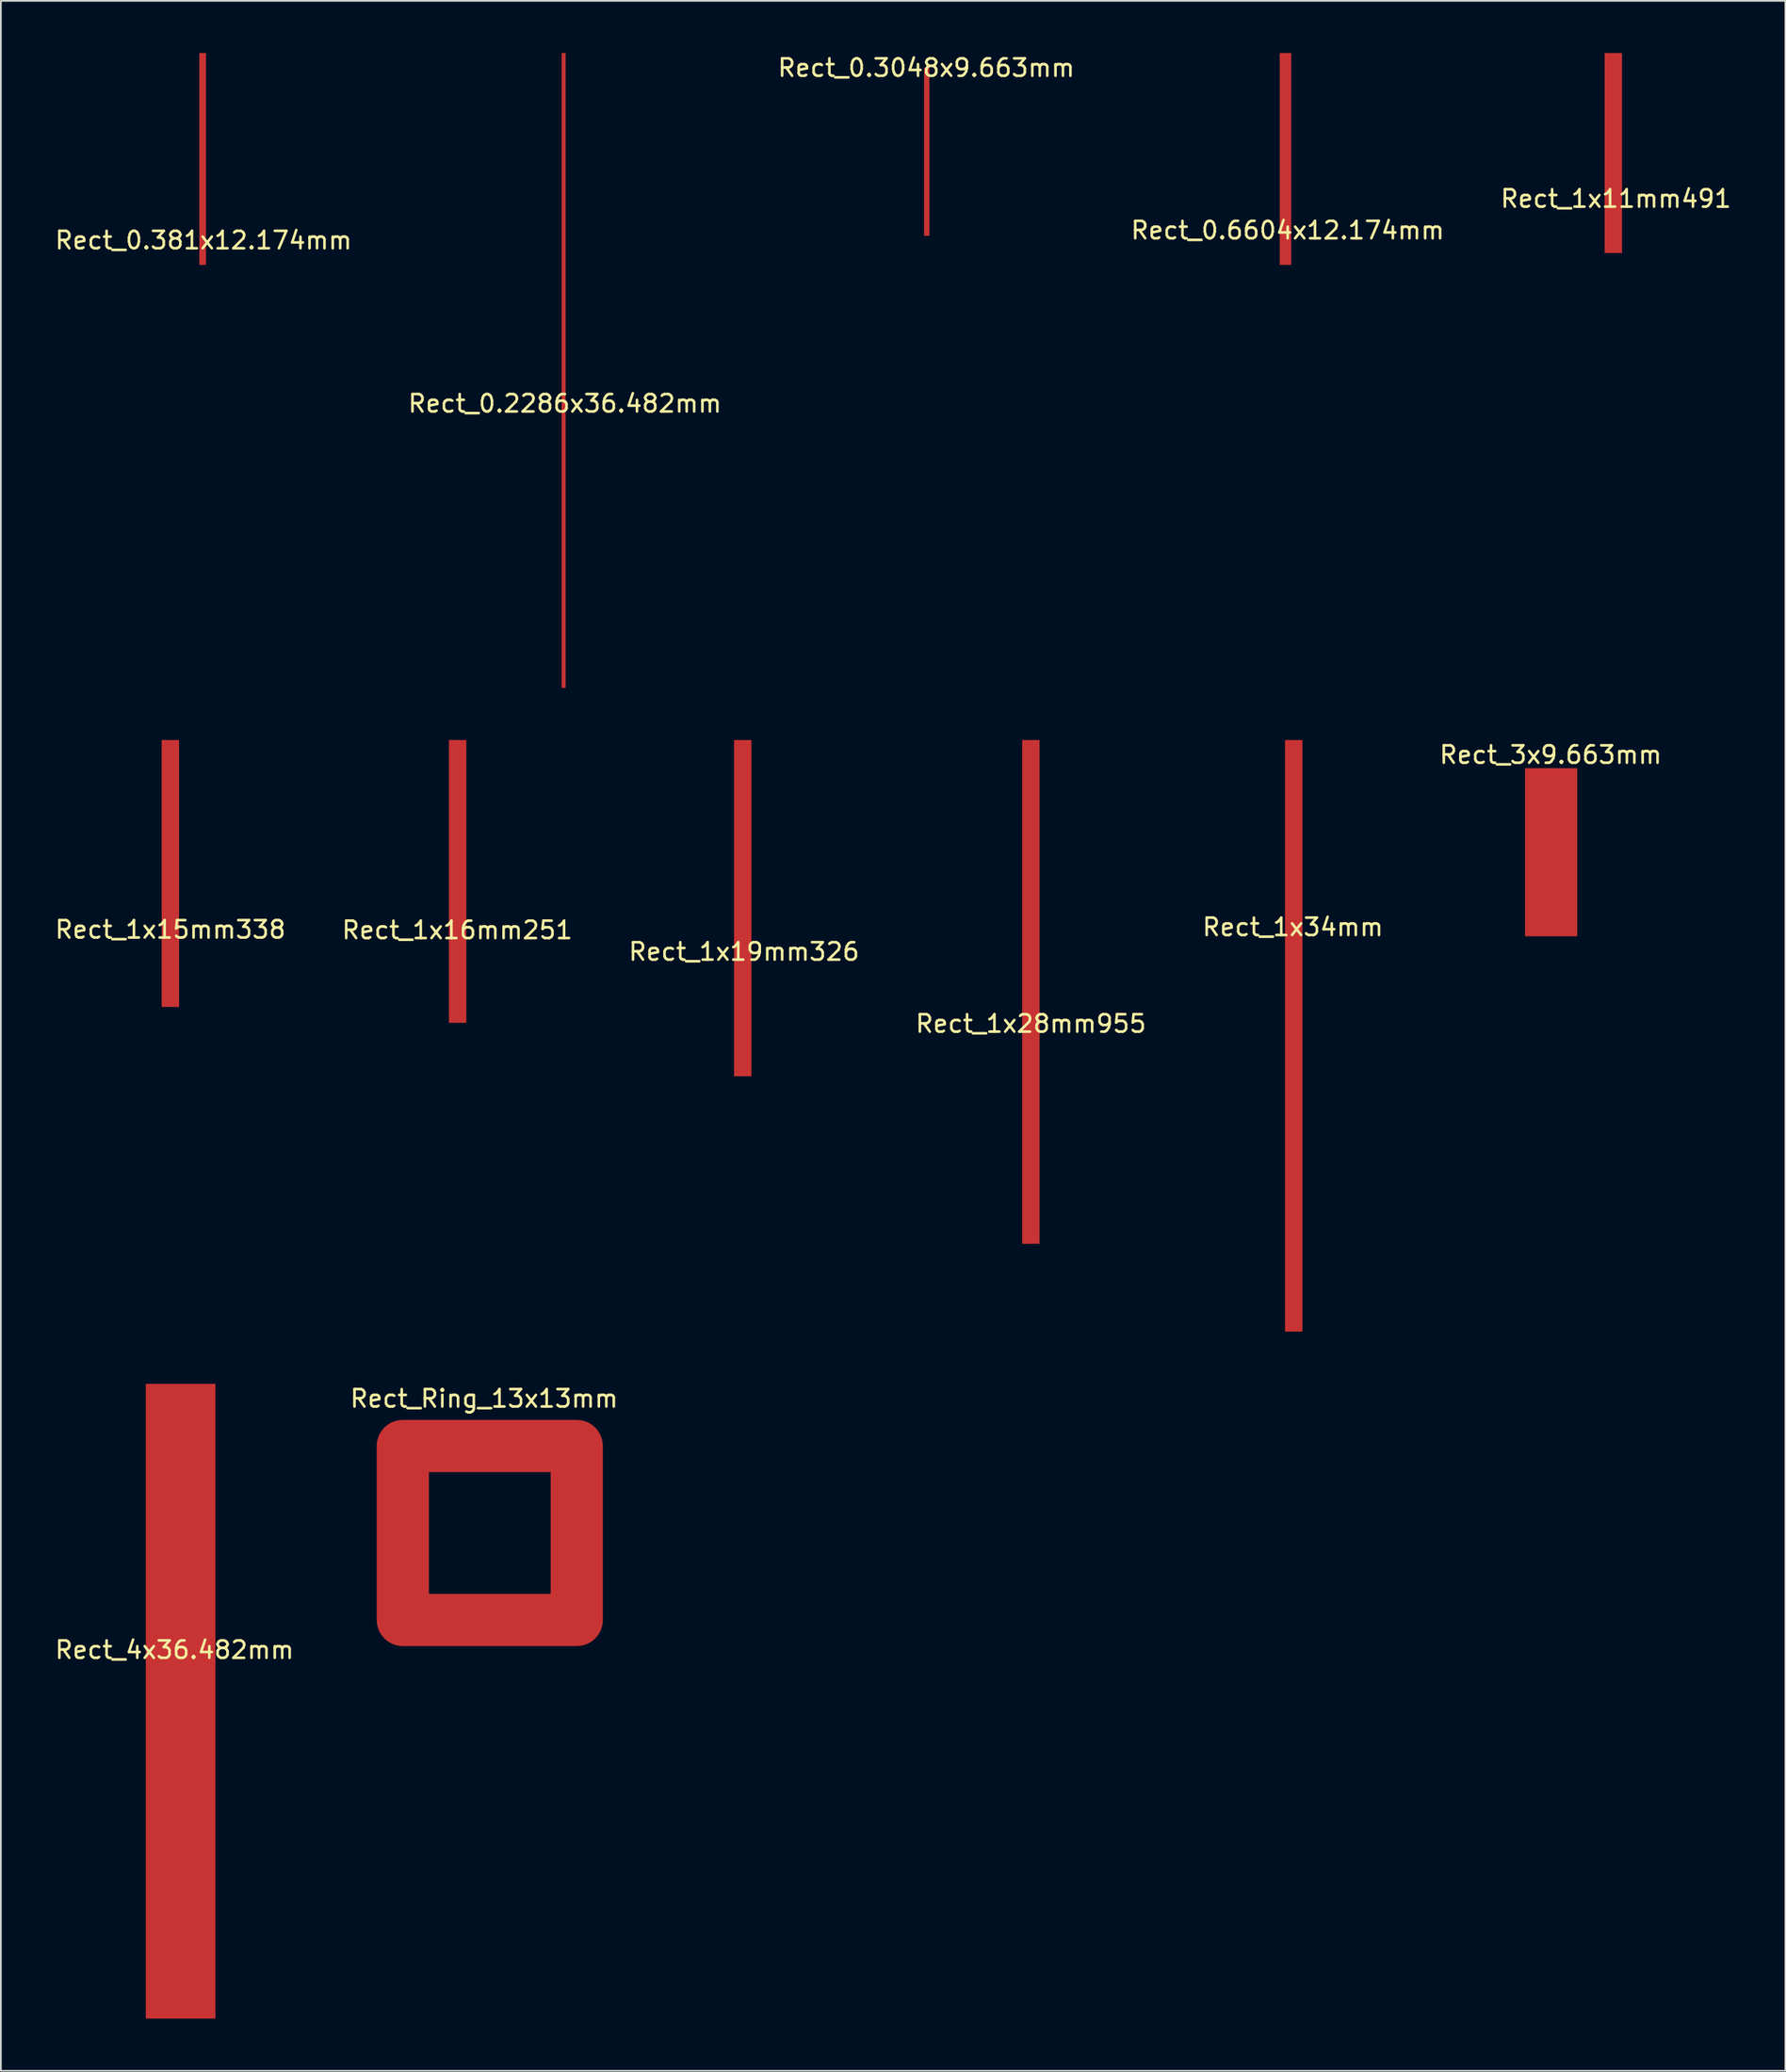
<source format=kicad_pcb>
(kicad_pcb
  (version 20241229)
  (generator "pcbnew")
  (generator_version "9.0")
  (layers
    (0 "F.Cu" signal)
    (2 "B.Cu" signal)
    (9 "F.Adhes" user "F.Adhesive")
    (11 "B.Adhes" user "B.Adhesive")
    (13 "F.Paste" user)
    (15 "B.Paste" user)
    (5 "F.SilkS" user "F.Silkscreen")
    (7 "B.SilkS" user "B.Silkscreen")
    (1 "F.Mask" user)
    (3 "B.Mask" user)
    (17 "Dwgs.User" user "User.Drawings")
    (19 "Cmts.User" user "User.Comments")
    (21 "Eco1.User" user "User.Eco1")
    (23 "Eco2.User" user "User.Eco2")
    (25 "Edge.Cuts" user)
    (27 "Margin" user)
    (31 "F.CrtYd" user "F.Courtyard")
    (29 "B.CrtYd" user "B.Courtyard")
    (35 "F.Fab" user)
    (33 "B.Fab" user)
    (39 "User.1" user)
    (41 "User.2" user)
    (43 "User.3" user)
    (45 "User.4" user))
  (footprint "Rect_4x36.482mm"
    (layer "F.Cu")
    (at 6.982 91.273)
    (property "Reference" "Rect_4x36.482mm" (at 0 0.5 0) (layer "F.SilkS") (effects (font (size 1 1) (thickness 0.15))))
    (attr through_hole)
    (pad "1" smd rect (at 0.35 3.45) (size 4 36.482) (layers "F.Cu" "F.Mask" "F.Paste")))
  (footprint "Rect_1x15mm338"
    (layer "F.Cu")
    (at 6.744 49.876)
    (property "Reference" "Rect_1x15mm338" (at 0 0.5 0) (layer "F.SilkS") (effects (font (size 1 1) (thickness 0.15))))
    (attr through_hole)
    (pad "1" smd rect (at 0 -2.725) (size 1 15.338) (layers "F.Cu" "F.Mask" "F.Paste")))
  (footprint "Rect_1x11mm491"
    (layer "F.Cu")
    (at 89.839 7.87)
    (property "Reference" "Rect_1x11mm491" (at 0 0.5 0) (layer "F.SilkS") (effects (font (size 1 1) (thickness 0.15))))
    (attr through_hole)
    (pad "1" smd rect (at -0.15 -2.125) (size 1 11.491) (layers "F.Cu" "F.Mask" "F.Paste")))
  (footprint "Rect_1x28mm955"
    (layer "F.Cu")
    (at 56.208 55.285)
    (property "Reference" "Rect_1x28mm955" (at 0 0.5 0) (layer "F.SilkS") (effects (font (size 1 1) (thickness 0.15))))
    (attr through_hole)
    (pad "1" smd rect (at 0 -1.325) (size 1 28.955) (layers "F.Cu" "F.Mask" "F.Paste")))
  (footprint "Rect_0.3048x9.663mm"
    (layer "F.Cu")
    (at 50.196 0.348)
    (property "Reference" "Rect_0.3048x9.663mm" (at 0 0.5 0) (layer "F.SilkS") (effects (font (size 1 1) (thickness 0.15))))
    (attr through_hole)
    (pad "1" smd rect (at 0.025 5.325) (size 0.305 9.663) (layers "F.Cu" "F.Mask" "F.Paste")))
  (footprint "Rect_0.6604x12.174mm"
    (layer "F.Cu")
    (at 70.97 9.687)
    (property "Reference" "Rect_0.6604x12.174mm" (at 0 0.5 0) (layer "F.SilkS") (effects (font (size 1 1) (thickness 0.15))))
    (attr through_hole)
    (pad "1" smd rect (at -0.125 -3.6) (size 0.66 12.174) (layers "F.Cu" "F.Mask" "F.Paste")))
  (footprint "Rect_0.2286x36.482mm"
    (layer "F.Cu")
    (at 29.423 19.641)
    (property "Reference" "Rect_0.2286x36.482mm" (at 0 0.5 0) (layer "F.SilkS") (effects (font (size 1 1) (thickness 0.15))))
    (attr through_hole)
    (pad "1" smd rect (at -0.075 -1.4) (size 0.229 36.482) (layers "F.Cu" "F.Mask" "F.Paste")))
  (footprint "Rect_3x9.663mm"
    (layer "F.Cu")
    (at 86.089 39.83)
    (property "Reference" "Rect_3x9.663mm" (at 0 0.5 0) (layer "F.SilkS") (effects (font (size 1 1) (thickness 0.15))))
    (attr through_hole)
    (pad "1" smd rect (at 0.025 6.1) (size 3 9.663) (layers "F.Cu" "F.Mask" "F.Paste")))
  (footprint "Rect_Ring_13x13mm"
    (layer "F.Cu")
    (at 24.78 76.83)
    (property "Reference" "Rect_Ring_13x13mm" (at 0 0.5 0) (layer "F.SilkS") (effects (font (size 1 1) (thickness 0.15))))
    (attr through_hole)
    (pad "1" smd custom (at -4.675 3.225) (size 1 1) (layers "F.Cu" "F.Mask" "F.Paste") (options (anchor rect)) (primitives (gr_line (start 0 0) (end 10 0) (width 3)) (gr_line (start 0 0) (end 0 10) (width 3)) (gr_line (start 10 0) (end 10 10) (width 3)) (gr_line (start 0 10) (end 10 10) (width 3)))))
  (footprint "Rect_1x19mm326"
    (layer "F.Cu")
    (at 39.72 51.145)
    (property "Reference" "Rect_1x19mm326" (at 0 0.5 0) (layer "F.SilkS") (effects (font (size 1 1) (thickness 0.15))))
    (attr through_hole)
    (pad "1" smd rect (at -0.075 -2) (size 1 19.326) (layers "F.Cu" "F.Mask" "F.Paste")))
  (footprint "Rect_1x34mm"
    (layer "F.Cu")
    (at 71.268 49.732)
    (property "Reference" "Rect_1x34mm" (at 0 0.5 0) (layer "F.SilkS") (effects (font (size 1 1) (thickness 0.15))))
    (attr through_hole)
    (pad "1" smd rect (at 0.05 6.75) (size 1 34) (layers "F.Cu" "F.Mask" "F.Paste")))
  (footprint "Rect_1x16mm251"
    (layer "F.Cu")
    (at 23.232 49.907)
    (property "Reference" "Rect_1x16mm251" (at 0 0.5 0) (layer "F.SilkS") (effects (font (size 1 1) (thickness 0.15))))
    (attr through_hole)
    (pad "1" smd rect (at 0.025 -2.3) (size 1 16.251) (layers "F.Cu" "F.Mask" "F.Paste")))
  (footprint "Rect_0.381x12.174mm"
    (layer "F.Cu")
    (at 8.649 10.262)
    (property "Reference" "Rect_0.381x12.174mm" (at 0 0.5 0) (layer "F.SilkS") (effects (font (size 1 1) (thickness 0.15))))
    (attr through_hole)
    (pad "1" smd rect (at -0.05 -4.175) (size 0.381 12.174) (layers "F.Cu" "F.Mask" "F.Paste")))
  (gr_rect
    (start -3 -3)
    (end 99.583 115.964)
    (stroke (width 0.1) (type default))
    (fill no)
    (layer "Edge.Cuts")))
</source>
